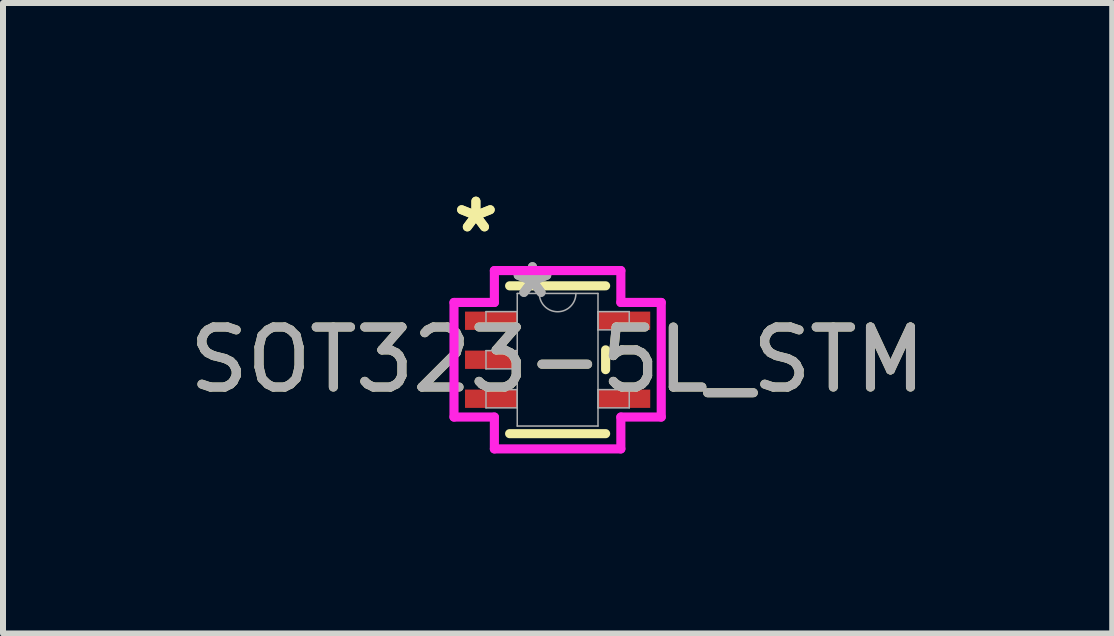
<source format=kicad_pcb>
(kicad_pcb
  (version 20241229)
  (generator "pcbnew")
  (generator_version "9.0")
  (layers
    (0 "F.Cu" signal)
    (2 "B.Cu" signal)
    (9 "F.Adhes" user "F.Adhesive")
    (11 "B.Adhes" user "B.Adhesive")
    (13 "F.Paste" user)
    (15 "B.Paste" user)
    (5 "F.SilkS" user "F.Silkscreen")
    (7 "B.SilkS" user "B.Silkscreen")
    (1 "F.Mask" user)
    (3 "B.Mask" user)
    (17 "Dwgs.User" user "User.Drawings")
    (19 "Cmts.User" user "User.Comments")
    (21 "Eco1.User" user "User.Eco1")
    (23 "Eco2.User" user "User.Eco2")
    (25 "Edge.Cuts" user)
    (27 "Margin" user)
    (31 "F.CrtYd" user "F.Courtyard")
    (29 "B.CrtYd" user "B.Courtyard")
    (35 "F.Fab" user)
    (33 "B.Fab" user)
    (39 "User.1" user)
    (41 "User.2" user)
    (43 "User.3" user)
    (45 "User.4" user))
  (footprint "SOT323-5L_STM"
    (layer "F.Cu")
    (at 6.244 2.946)
    (property "Reference" "SOT323-5L_STM" (at 0 0 0) (unlocked yes) (layer "F.SilkS") (effects (font (size 1 1) (thickness 0.15))))
    (attr smd)
    (fp_line (start -0.8 1.232) (end 0.8 1.232) (stroke (width 0.152) (type solid)) (layer "F.SilkS"))
    (fp_line (start 0.8 -1.232) (end -0.8 -1.232) (stroke (width 0.152) (type solid)) (layer "F.SilkS"))
    (fp_line (start 0.8 0.165) (end 0.8 -0.165) (stroke (width 0.152) (type solid)) (layer "F.SilkS"))
    (fp_line (start -1.727 -0.955) (end -1.054 -0.955) (stroke (width 0.152) (type solid)) (layer "F.CrtYd"))
    (fp_line (start -1.727 0.955) (end -1.727 -0.955) (stroke (width 0.152) (type solid)) (layer "F.CrtYd"))
    (fp_line (start -1.054 -1.486) (end 1.054 -1.486) (stroke (width 0.152) (type solid)) (layer "F.CrtYd"))
    (fp_line (start -1.054 -0.955) (end -1.054 -1.486) (stroke (width 0.152) (type solid)) (layer "F.CrtYd"))
    (fp_line (start -1.054 0.955) (end -1.727 0.955) (stroke (width 0.152) (type solid)) (layer "F.CrtYd"))
    (fp_line (start -1.054 1.486) (end -1.054 0.955) (stroke (width 0.152) (type solid)) (layer "F.CrtYd"))
    (fp_line (start 1.054 -1.486) (end 1.054 -0.955) (stroke (width 0.152) (type solid)) (layer "F.CrtYd"))
    (fp_line (start 1.054 -0.955) (end 1.727 -0.955) (stroke (width 0.152) (type solid)) (layer "F.CrtYd"))
    (fp_line (start 1.054 0.955) (end 1.054 1.486) (stroke (width 0.152) (type solid)) (layer "F.CrtYd"))
    (fp_line (start 1.054 1.486) (end -1.054 1.486) (stroke (width 0.152) (type solid)) (layer "F.CrtYd"))
    (fp_line (start 1.727 -0.955) (end 1.727 0.955) (stroke (width 0.152) (type solid)) (layer "F.CrtYd"))
    (fp_line (start 1.727 0.955) (end 1.054 0.955) (stroke (width 0.152) (type solid)) (layer "F.CrtYd"))
    (fp_line (start -1.194 -0.802) (end -1.194 -0.498) (stroke (width 0.025) (type solid)) (layer "F.Fab"))
    (fp_line (start -1.194 -0.498) (end -0.673 -0.498) (stroke (width 0.025) (type solid)) (layer "F.Fab"))
    (fp_line (start -1.194 -0.152) (end -1.194 0.152) (stroke (width 0.025) (type solid)) (layer "F.Fab"))
    (fp_line (start -1.194 0.152) (end -0.673 0.152) (stroke (width 0.025) (type solid)) (layer "F.Fab"))
    (fp_line (start -1.194 0.498) (end -1.194 0.802) (stroke (width 0.025) (type solid)) (layer "F.Fab"))
    (fp_line (start -1.194 0.802) (end -0.673 0.802) (stroke (width 0.025) (type solid)) (layer "F.Fab"))
    (fp_line (start -0.673 -1.105) (end -0.673 1.105) (stroke (width 0.025) (type solid)) (layer "F.Fab"))
    (fp_line (start -0.673 -0.802) (end -1.194 -0.802) (stroke (width 0.025) (type solid)) (layer "F.Fab"))
    (fp_line (start -0.673 -0.498) (end -0.673 -0.802) (stroke (width 0.025) (type solid)) (layer "F.Fab"))
    (fp_line (start -0.673 -0.152) (end -1.194 -0.152) (stroke (width 0.025) (type solid)) (layer "F.Fab"))
    (fp_line (start -0.673 0.152) (end -0.673 -0.152) (stroke (width 0.025) (type solid)) (layer "F.Fab"))
    (fp_line (start -0.673 0.498) (end -1.194 0.498) (stroke (width 0.025) (type solid)) (layer "F.Fab"))
    (fp_line (start -0.673 0.802) (end -0.673 0.498) (stroke (width 0.025) (type solid)) (layer "F.Fab"))
    (fp_line (start -0.673 1.105) (end 0.673 1.105) (stroke (width 0.025) (type solid)) (layer "F.Fab"))
    (fp_line (start 0.673 -1.105) (end -0.673 -1.105) (stroke (width 0.025) (type solid)) (layer "F.Fab"))
    (fp_line (start 0.673 -0.802) (end 0.673 -0.498) (stroke (width 0.025) (type solid)) (layer "F.Fab"))
    (fp_line (start 0.673 -0.498) (end 1.194 -0.498) (stroke (width 0.025) (type solid)) (layer "F.Fab"))
    (fp_line (start 0.673 0.498) (end 0.673 0.802) (stroke (width 0.025) (type solid)) (layer "F.Fab"))
    (fp_line (start 0.673 0.802) (end 1.194 0.802) (stroke (width 0.025) (type solid)) (layer "F.Fab"))
    (fp_line (start 0.673 1.105) (end 0.673 -1.105) (stroke (width 0.025) (type solid)) (layer "F.Fab"))
    (fp_line (start 1.194 -0.802) (end 0.673 -0.802) (stroke (width 0.025) (type solid)) (layer "F.Fab"))
    (fp_line (start 1.194 -0.498) (end 1.194 -0.802) (stroke (width 0.025) (type solid)) (layer "F.Fab"))
    (fp_line (start 1.194 0.498) (end 0.673 0.498) (stroke (width 0.025) (type solid)) (layer "F.Fab"))
    (fp_line (start 1.194 0.802) (end 1.194 0.498) (stroke (width 0.025) (type solid)) (layer "F.Fab"))
    (fp_arc (start 0.3048 -1.1049) (mid 0 -0.8001) (end -0.3048 -1.1049) (stroke (width 0.0254) (type solid)) (layer "F.Fab"))
    (fp_text user "*" (at -1.362 -2.098 0) (layer "F.SilkS") (effects (font (size 1 1) (thickness 0.15))))
    (fp_text user "*" (at -1.362 -2.098 0) (unlocked yes) (layer "F.SilkS") (effects (font (size 1 1) (thickness 0.15))))
    (fp_text user "*" (at -0.419 -1.006 0) (layer "F.Fab") (effects (font (size 1 1) (thickness 0.15))))
    (fp_text user "${REFERENCE}" (at 0 0 0) (unlocked yes) (layer "F.Fab") (effects (font (size 1 1) (thickness 0.15))))
    (fp_text user "*" (at -0.419 -1.006 0) (unlocked yes) (layer "F.Fab") (effects (font (size 1 1) (thickness 0.15))))
    (pad "1" smd rect (at -1.108 -0.65) (size 0.871 0.305) (layers "F.Cu" "F.Mask" "F.Paste"))
    (pad "2" smd rect (at -1.108 0) (size 0.871 0.305) (layers "F.Cu" "F.Mask" "F.Paste"))
    (pad "3" smd rect (at -1.108 0.65) (size 0.871 0.305) (layers "F.Cu" "F.Mask" "F.Paste"))
    (pad "4" smd rect (at 1.108 0.65) (size 0.871 0.305) (layers "F.Cu" "F.Mask" "F.Paste"))
    (pad "5" smd rect (at 1.108 -0.65) (size 0.871 0.305) (layers "F.Cu" "F.Mask" "F.Paste")))
  (gr_rect
    (start -3 -3)
    (end 15.488 7.508)
    (stroke (width 0.1) (type default))
    (fill no)
    (layer "Edge.Cuts")))
</source>
